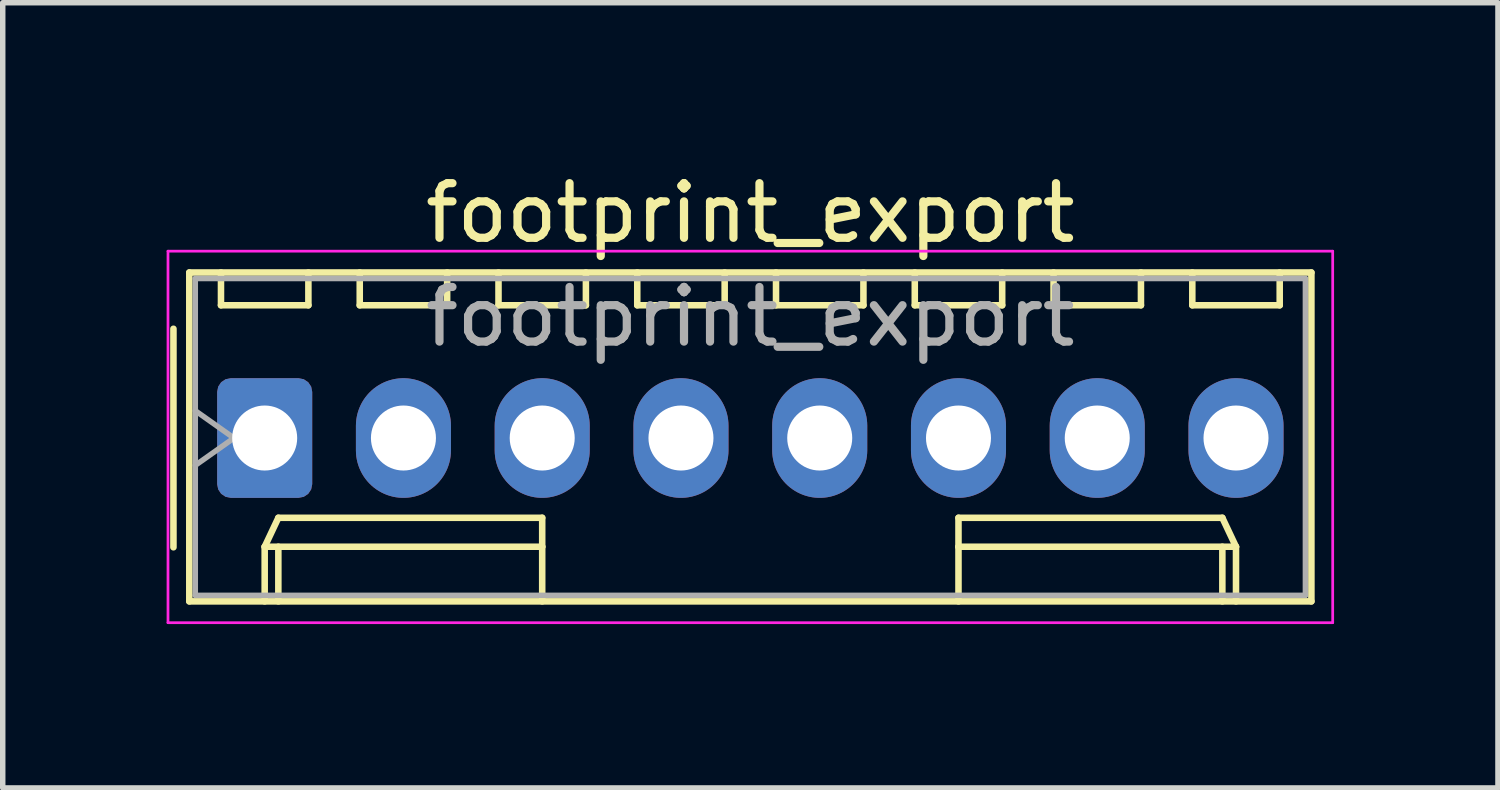
<source format=kicad_pcb>
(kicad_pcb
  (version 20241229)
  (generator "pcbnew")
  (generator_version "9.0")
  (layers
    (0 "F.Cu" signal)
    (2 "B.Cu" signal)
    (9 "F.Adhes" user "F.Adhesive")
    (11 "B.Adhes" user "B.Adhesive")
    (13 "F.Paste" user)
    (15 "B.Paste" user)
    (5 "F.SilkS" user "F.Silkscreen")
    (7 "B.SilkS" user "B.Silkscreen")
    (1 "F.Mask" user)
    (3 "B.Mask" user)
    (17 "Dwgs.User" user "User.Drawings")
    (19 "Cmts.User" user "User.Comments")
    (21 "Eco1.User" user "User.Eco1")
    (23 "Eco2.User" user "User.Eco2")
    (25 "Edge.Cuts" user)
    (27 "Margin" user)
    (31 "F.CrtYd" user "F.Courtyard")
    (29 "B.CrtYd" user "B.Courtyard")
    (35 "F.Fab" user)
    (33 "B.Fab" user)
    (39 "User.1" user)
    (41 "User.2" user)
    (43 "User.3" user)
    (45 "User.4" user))
  (footprint "footprint_export"
    (layer "F.Cu")
    (at 1.795 4.968)
    (property "Reference" "footprint_export" (at 8.89 -4.12 0) (layer "F.SilkS") (effects (font (size 1 1) (thickness 0.15))))
    (attr through_hole)
    (fp_line (start -1.67 -2) (end -1.67 2) (stroke (width 0.12) (type solid)) (layer "F.SilkS"))
    (fp_line (start -1.38 -3.03) (end -1.38 2.99) (stroke (width 0.12) (type solid)) (layer "F.SilkS"))
    (fp_line (start -1.38 2.99) (end 19.16 2.99) (stroke (width 0.12) (type solid)) (layer "F.SilkS"))
    (fp_line (start -0.8 -3.03) (end -0.8 -2.43) (stroke (width 0.12) (type solid)) (layer "F.SilkS"))
    (fp_line (start -0.8 -2.43) (end 0.8 -2.43) (stroke (width 0.12) (type solid)) (layer "F.SilkS"))
    (fp_line (start 0 1.99) (end 0.25 1.46) (stroke (width 0.12) (type solid)) (layer "F.SilkS"))
    (fp_line (start 0 1.99) (end 5.08 1.99) (stroke (width 0.12) (type solid)) (layer "F.SilkS"))
    (fp_line (start 0 2.99) (end 0 1.99) (stroke (width 0.12) (type solid)) (layer "F.SilkS"))
    (fp_line (start 0.25 1.46) (end 5.08 1.46) (stroke (width 0.12) (type solid)) (layer "F.SilkS"))
    (fp_line (start 0.25 2.99) (end 0.25 1.99) (stroke (width 0.12) (type solid)) (layer "F.SilkS"))
    (fp_line (start 0.8 -2.43) (end 0.8 -3.03) (stroke (width 0.12) (type solid)) (layer "F.SilkS"))
    (fp_line (start 1.74 -3.03) (end 1.74 -2.43) (stroke (width 0.12) (type solid)) (layer "F.SilkS"))
    (fp_line (start 1.74 -2.43) (end 3.34 -2.43) (stroke (width 0.12) (type solid)) (layer "F.SilkS"))
    (fp_line (start 3.34 -2.43) (end 3.34 -3.03) (stroke (width 0.12) (type solid)) (layer "F.SilkS"))
    (fp_line (start 4.28 -3.03) (end 4.28 -2.43) (stroke (width 0.12) (type solid)) (layer "F.SilkS"))
    (fp_line (start 4.28 -2.43) (end 5.88 -2.43) (stroke (width 0.12) (type solid)) (layer "F.SilkS"))
    (fp_line (start 5.08 1.46) (end 5.08 1.99) (stroke (width 0.12) (type solid)) (layer "F.SilkS"))
    (fp_line (start 5.08 1.99) (end 5.08 2.99) (stroke (width 0.12) (type solid)) (layer "F.SilkS"))
    (fp_line (start 5.88 -2.43) (end 5.88 -3.03) (stroke (width 0.12) (type solid)) (layer "F.SilkS"))
    (fp_line (start 6.82 -3.03) (end 6.82 -2.43) (stroke (width 0.12) (type solid)) (layer "F.SilkS"))
    (fp_line (start 6.82 -2.43) (end 8.42 -2.43) (stroke (width 0.12) (type solid)) (layer "F.SilkS"))
    (fp_line (start 8.42 -2.43) (end 8.42 -3.03) (stroke (width 0.12) (type solid)) (layer "F.SilkS"))
    (fp_line (start 9.36 -3.03) (end 9.36 -2.43) (stroke (width 0.12) (type solid)) (layer "F.SilkS"))
    (fp_line (start 9.36 -2.43) (end 10.96 -2.43) (stroke (width 0.12) (type solid)) (layer "F.SilkS"))
    (fp_line (start 10.96 -2.43) (end 10.96 -3.03) (stroke (width 0.12) (type solid)) (layer "F.SilkS"))
    (fp_line (start 11.9 -3.03) (end 11.9 -2.43) (stroke (width 0.12) (type solid)) (layer "F.SilkS"))
    (fp_line (start 11.9 -2.43) (end 13.5 -2.43) (stroke (width 0.12) (type solid)) (layer "F.SilkS"))
    (fp_line (start 12.7 1.46) (end 12.7 1.99) (stroke (width 0.12) (type solid)) (layer "F.SilkS"))
    (fp_line (start 12.7 1.99) (end 12.7 2.99) (stroke (width 0.12) (type solid)) (layer "F.SilkS"))
    (fp_line (start 13.5 -2.43) (end 13.5 -3.03) (stroke (width 0.12) (type solid)) (layer "F.SilkS"))
    (fp_line (start 14.44 -3.03) (end 14.44 -2.43) (stroke (width 0.12) (type solid)) (layer "F.SilkS"))
    (fp_line (start 14.44 -2.43) (end 16.04 -2.43) (stroke (width 0.12) (type solid)) (layer "F.SilkS"))
    (fp_line (start 16.04 -2.43) (end 16.04 -3.03) (stroke (width 0.12) (type solid)) (layer "F.SilkS"))
    (fp_line (start 16.98 -3.03) (end 16.98 -2.43) (stroke (width 0.12) (type solid)) (layer "F.SilkS"))
    (fp_line (start 16.98 -2.43) (end 18.58 -2.43) (stroke (width 0.12) (type solid)) (layer "F.SilkS"))
    (fp_line (start 17.53 1.46) (end 12.7 1.46) (stroke (width 0.12) (type solid)) (layer "F.SilkS"))
    (fp_line (start 17.53 2.99) (end 17.53 1.99) (stroke (width 0.12) (type solid)) (layer "F.SilkS"))
    (fp_line (start 17.78 1.99) (end 12.7 1.99) (stroke (width 0.12) (type solid)) (layer "F.SilkS"))
    (fp_line (start 17.78 1.99) (end 17.53 1.46) (stroke (width 0.12) (type solid)) (layer "F.SilkS"))
    (fp_line (start 17.78 2.99) (end 17.78 1.99) (stroke (width 0.12) (type solid)) (layer "F.SilkS"))
    (fp_line (start 18.58 -2.43) (end 18.58 -3.03) (stroke (width 0.12) (type solid)) (layer "F.SilkS"))
    (fp_line (start 19.16 -3.03) (end -1.38 -3.03) (stroke (width 0.12) (type solid)) (layer "F.SilkS"))
    (fp_line (start 19.16 2.99) (end 19.16 -3.03) (stroke (width 0.12) (type solid)) (layer "F.SilkS"))
    (fp_line (start -1.77 -3.42) (end -1.77 3.38) (stroke (width 0.05) (type solid)) (layer "F.CrtYd"))
    (fp_line (start -1.77 3.38) (end 19.55 3.38) (stroke (width 0.05) (type solid)) (layer "F.CrtYd"))
    (fp_line (start 19.55 -3.42) (end -1.77 -3.42) (stroke (width 0.05) (type solid)) (layer "F.CrtYd"))
    (fp_line (start 19.55 3.38) (end 19.55 -3.42) (stroke (width 0.05) (type solid)) (layer "F.CrtYd"))
    (fp_line (start -1.27 -2.92) (end -1.27 2.88) (stroke (width 0.1) (type solid)) (layer "F.Fab"))
    (fp_line (start -1.27 -0.5) (end -0.563 0) (stroke (width 0.1) (type solid)) (layer "F.Fab"))
    (fp_line (start -1.27 2.88) (end 19.05 2.88) (stroke (width 0.1) (type solid)) (layer "F.Fab"))
    (fp_line (start -0.563 0) (end -1.27 0.5) (stroke (width 0.1) (type solid)) (layer "F.Fab"))
    (fp_line (start 19.05 -2.92) (end -1.27 -2.92) (stroke (width 0.1) (type solid)) (layer "F.Fab"))
    (fp_line (start 19.05 2.88) (end 19.05 -2.92) (stroke (width 0.1) (type solid)) (layer "F.Fab"))
    (fp_text user "${REFERENCE}" (at 8.89 -2.22 0) (layer "F.Fab") (effects (font (size 1 1) (thickness 0.15))))
    (pad "1" thru_hole roundrect (at 0 0) (size 1.74 2.19) (drill 1.19) (layers "*.Cu" "*.Mask") (roundrect_rratio 0.144))
    (pad "2" thru_hole oval (at 2.54 0) (size 1.74 2.19) (drill 1.19) (layers "*.Cu" "*.Mask"))
    (pad "3" thru_hole oval (at 5.08 0) (size 1.74 2.19) (drill 1.19) (layers "*.Cu" "*.Mask"))
    (pad "4" thru_hole oval (at 7.62 0) (size 1.74 2.19) (drill 1.19) (layers "*.Cu" "*.Mask"))
    (pad "5" thru_hole oval (at 10.16 0) (size 1.74 2.19) (drill 1.19) (layers "*.Cu" "*.Mask"))
    (pad "6" thru_hole oval (at 12.7 0) (size 1.74 2.19) (drill 1.19) (layers "*.Cu" "*.Mask"))
    (pad "7" thru_hole oval (at 15.24 0) (size 1.74 2.19) (drill 1.19) (layers "*.Cu" "*.Mask"))
    (pad "8" thru_hole oval (at 17.78 0) (size 1.74 2.19) (drill 1.19) (layers "*.Cu" "*.Mask")))
  (gr_rect
    (start -3 -3)
    (end 24.37 11.373)
    (stroke (width 0.1) (type default))
    (fill no)
    (layer "Edge.Cuts")))
</source>
